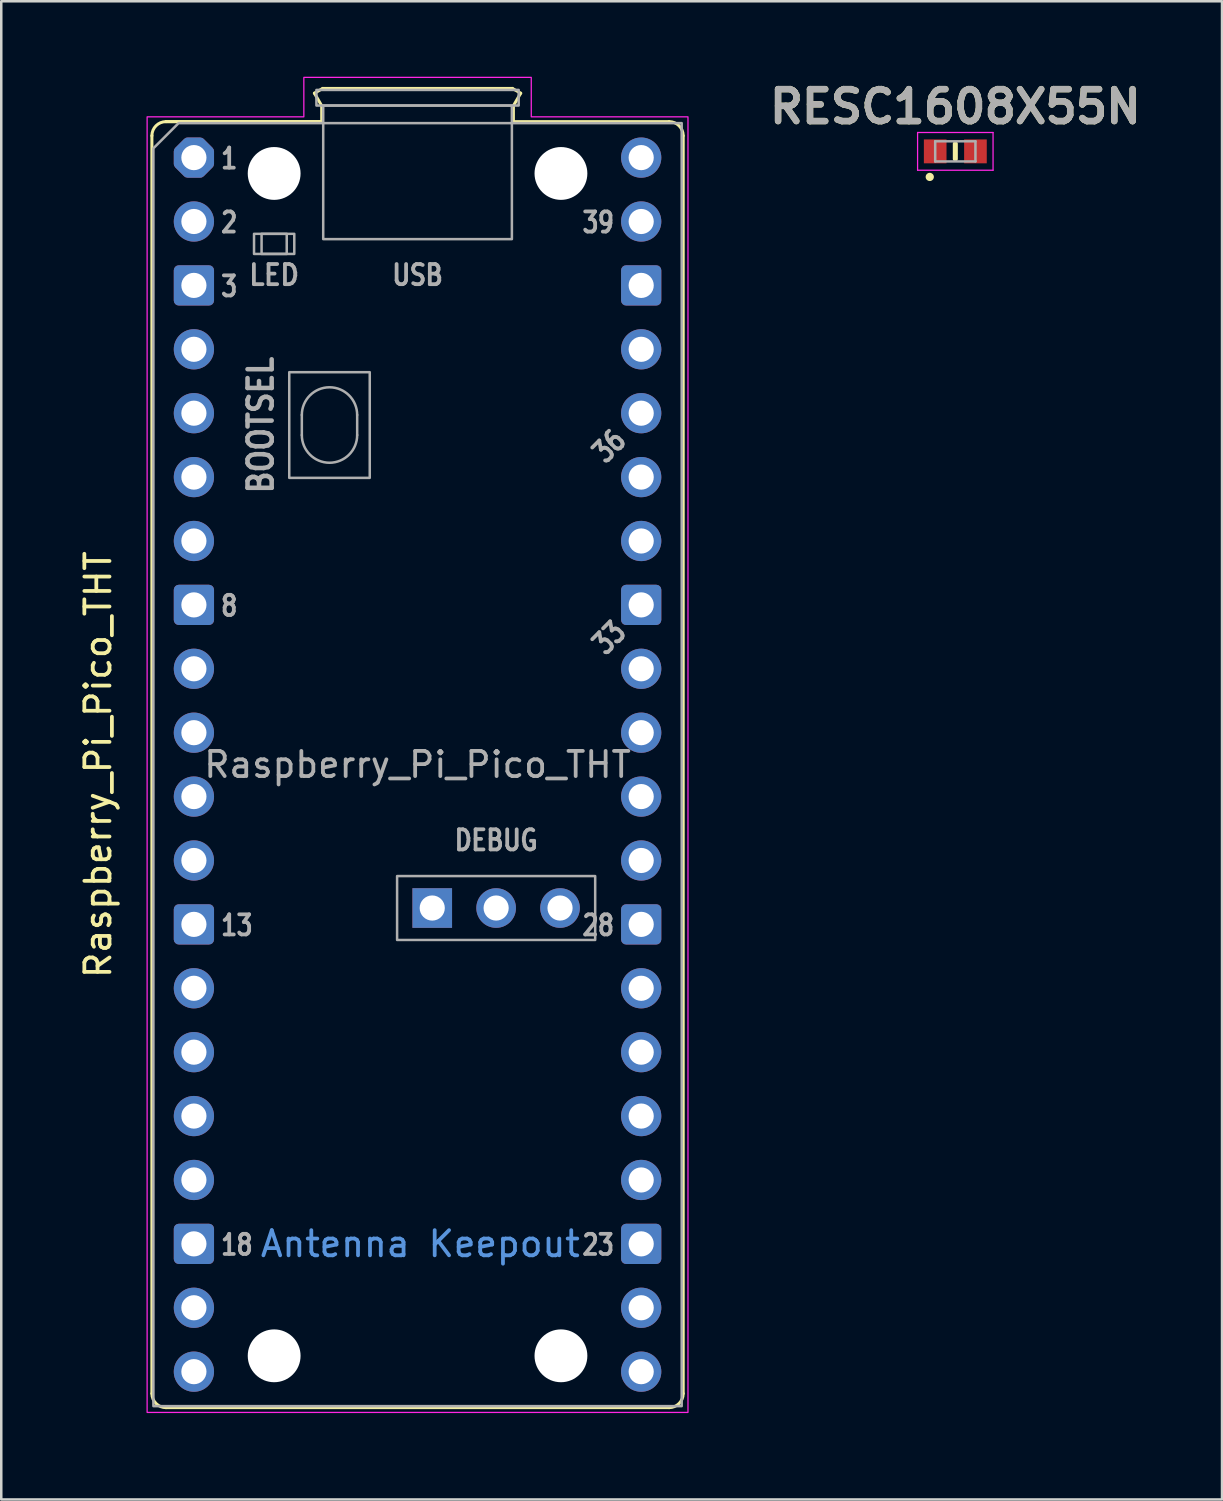
<source format=kicad_pcb>
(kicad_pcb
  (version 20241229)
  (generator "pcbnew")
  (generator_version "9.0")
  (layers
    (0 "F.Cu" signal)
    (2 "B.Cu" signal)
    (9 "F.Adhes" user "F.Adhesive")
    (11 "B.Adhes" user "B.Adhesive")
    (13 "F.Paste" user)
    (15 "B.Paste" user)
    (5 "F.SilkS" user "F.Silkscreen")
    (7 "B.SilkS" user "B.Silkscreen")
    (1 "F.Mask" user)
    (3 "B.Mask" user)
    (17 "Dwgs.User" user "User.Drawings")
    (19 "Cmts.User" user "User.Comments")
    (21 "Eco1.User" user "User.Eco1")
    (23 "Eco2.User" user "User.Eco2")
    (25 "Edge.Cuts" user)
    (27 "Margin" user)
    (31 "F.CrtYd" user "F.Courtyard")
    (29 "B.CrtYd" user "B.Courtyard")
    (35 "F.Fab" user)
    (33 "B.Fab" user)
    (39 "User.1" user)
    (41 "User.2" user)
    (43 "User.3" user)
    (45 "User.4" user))
  (footprint "Raspberry_Pi_Pico_THT"
    (layer "F.Cu")
    (at 4.658 3.215)
    (property "Reference" "Raspberry_Pi_Pico_THT" (at -3.81 24.13 270) (layer "F.SilkS") (effects (font (size 1 1) (thickness 0.15))))
    (attr through_hole)
    (fp_line (start -1.67 -0.87) (end -1.67 49.13) (stroke (width 0.12) (type solid)) (layer "F.SilkS"))
    (fp_line (start -1.11 -1.43) (end 5.08 -1.43) (stroke (width 0.12) (type solid)) (layer "F.SilkS"))
    (fp_line (start -1.11 49.69) (end 18.89 49.69) (stroke (width 0.12) (type solid)) (layer "F.SilkS"))
    (fp_line (start 4.79 -2.56) (end 5.12 -2.75) (stroke (width 0.12) (type solid)) (layer "F.SilkS"))
    (fp_line (start 5.08 -2.06) (end 4.79 -2.56) (stroke (width 0.12) (type solid)) (layer "F.SilkS"))
    (fp_line (start 5.08 -1.43) (end -1.11 -1.43) (stroke (width 0.12) (type solid)) (layer "F.SilkS"))
    (fp_line (start 5.08 -1.43) (end 5.08 -2.06) (stroke (width 0.12) (type solid)) (layer "F.SilkS"))
    (fp_line (start 5.12 -2.75) (end 12.66 -2.75) (stroke (width 0.12) (type solid)) (layer "F.SilkS"))
    (fp_line (start 12.66 -2.75) (end 12.99 -2.56) (stroke (width 0.12) (type solid)) (layer "F.SilkS"))
    (fp_line (start 12.7 -2.06) (end 12.7 -1.43) (stroke (width 0.12) (type solid)) (layer "F.SilkS"))
    (fp_line (start 12.99 -2.56) (end 12.7 -2.06) (stroke (width 0.12) (type solid)) (layer "F.SilkS"))
    (fp_line (start 18.89 -1.43) (end 12.7 -1.43) (stroke (width 0.12) (type solid)) (layer "F.SilkS"))
    (fp_line (start 19.45 -0.87) (end 19.45 49.13) (stroke (width 0.12) (type solid)) (layer "F.SilkS"))
    (fp_arc (start -1.67 -0.87) (mid -1.50598 -1.26598) (end -1.11 -1.43) (stroke (width 0.12) (type solid)) (layer "F.SilkS"))
    (fp_arc (start -1.11 49.69) (mid -1.50598 49.52598) (end -1.67 49.13) (stroke (width 0.12) (type solid)) (layer "F.SilkS"))
    (fp_arc (start 18.89 -1.43) (mid 19.28598 -1.26598) (end 19.45 -0.87) (stroke (width 0.12) (type solid)) (layer "F.SilkS"))
    (fp_arc (start 19.45 49.13) (mid 19.28598 49.52598) (end 18.89 49.69) (stroke (width 0.12) (type solid)) (layer "F.SilkS"))
    (fp_poly (pts (xy 13.41 -1.62) (xy 19.64 -1.62) (xy 19.64 49.88) (xy -1.86 49.88) (xy -1.86 -1.62) (xy 4.37 -1.62) (xy 4.37 -3.19) (xy 13.41 -3.19)) (stroke (width 0.05) (type solid)) (fill no) (layer "F.CrtYd"))
    (fp_line (start 4.29 10.23) (end 4.29 11.03) (stroke (width 0.1) (type solid)) (layer "F.Fab"))
    (fp_line (start 6.49 10.23) (end 6.49 11.03) (stroke (width 0.1) (type solid)) (layer "F.Fab"))
    (fp_rect (start 2.39 3.03) (end 3.99 3.83) (stroke (width 0.1) (type solid)) (fill no) (layer "F.Fab"))
    (fp_rect (start 2.69 3.03) (end 3.69 3.83) (stroke (width 0.1) (type solid)) (fill no) (layer "F.Fab"))
    (fp_rect (start 3.79 8.53) (end 6.99 12.73) (stroke (width 0.1) (type solid)) (fill no) (layer "F.Fab"))
    (fp_rect (start 4.87 -2.69) (end 12.91 -2.07) (stroke (width 0.1) (type solid)) (fill no) (layer "F.Fab"))
    (fp_rect (start 5.14 -2.07) (end 12.64 3.24) (stroke (width 0.1) (type solid)) (fill no) (layer "F.Fab"))
    (fp_rect (start 8.077 28.56) (end 15.951 31.1) (stroke (width 0.1) (type solid)) (fill no) (layer "F.Fab"))
    (fp_arc (start 4.29 10.23) (mid 5.39 9.13) (end 6.49 10.23) (stroke (width 0.1) (type solid)) (layer "F.Fab"))
    (fp_arc (start 6.49 11.03) (mid 5.39 12.13) (end 4.29 11.03) (stroke (width 0.1) (type solid)) (layer "F.Fab"))
    (fp_poly (pts (xy 19.39 49.63) (xy -1.61 49.63) (xy -1.61 -0.37) (xy -0.61 -1.37) (xy 19.39 -1.37)) (stroke (width 0.1) (type solid)) (fill no) (layer "F.Fab"))
    (fp_line (start 1.89 49.13) (end 1.89 41.73) (stroke (width 0.1) (type solid)) (layer "User.1"))
    (fp_line (start 2.39 41.23) (end 15.39 41.23) (stroke (width 0.1) (type solid)) (layer "User.1"))
    (fp_line (start 15.89 41.73) (end 15.89 49.13) (stroke (width 0.1) (type solid)) (layer "User.1"))
    (fp_arc (start 1.89 41.73) (mid 2.036447 41.376447) (end 2.39 41.23) (stroke (width 0.1) (type solid)) (layer "User.1"))
    (fp_arc (start 1.89 49.13) (mid 1.743553 49.483553) (end 1.39 49.63) (stroke (width 0.1) (type solid)) (layer "User.1"))
    (fp_arc (start 15.39 41.23) (mid 15.743553 41.376447) (end 15.89 41.73) (stroke (width 0.1) (type solid)) (layer "User.1"))
    (fp_arc (start 16.39 49.63) (mid 16.036447 49.483553) (end 15.89 49.13) (stroke (width 0.1) (type solid)) (layer "User.1"))
    (fp_text user "Antenna Keepout" (at 9 43.18 0) (unlocked yes) (layer "Cmts.User") (effects (font (size 1 1) (thickness 0.15))))
    (fp_text user "28" (at 16.78 30.518 0) (unlocked yes) (layer "F.Fab") (effects (font (size 0.8 0.64) (thickness 0.15)) (justify right)))
    (fp_text user "LED" (at 3.19 4.668 0) (unlocked yes) (layer "F.Fab") (effects (font (size 0.8 0.72) (thickness 0.15))))
    (fp_text user "USB" (at 8.89 4.668 0) (unlocked yes) (layer "F.Fab") (effects (font (size 0.8 0.66) (thickness 0.15))))
    (fp_text user "${REFERENCE}" (at 8.89 24.13 0) (unlocked yes) (layer "F.Fab") (effects (font (size 1 1) (thickness 0.15))))
    (fp_text user "1" (at 1 0.038 0) (unlocked yes) (layer "F.Fab") (effects (font (size 0.8 0.64) (thickness 0.15)) (justify left)))
    (fp_text user "13" (at 1 30.518 0) (unlocked yes) (layer "F.Fab") (effects (font (size 0.8 0.64) (thickness 0.15)) (justify left)))
    (fp_text user "39" (at 16.78 2.578 0) (unlocked yes) (layer "F.Fab") (effects (font (size 0.8 0.64) (thickness 0.15)) (justify right)))
    (fp_text user "3" (at 1 5.118 0) (unlocked yes) (layer "F.Fab") (effects (font (size 0.8 0.64) (thickness 0.15)) (justify left)))
    (fp_text user "DEBUG" (at 12.014 27.138 0) (unlocked yes) (layer "F.Fab") (effects (font (size 0.8 0.66) (thickness 0.15))))
    (fp_text user "2" (at 1 2.578 0) (unlocked yes) (layer "F.Fab") (effects (font (size 0.8 0.64) (thickness 0.15)) (justify left)))
    (fp_text user "18" (at 1 43.218 0) (unlocked yes) (layer "F.Fab") (effects (font (size 0.8 0.64) (thickness 0.15)) (justify left)))
    (fp_text user "36" (at 16.51 11.468 45) (unlocked yes) (layer "F.Fab") (effects (font (size 0.8 0.64) (thickness 0.15))))
    (fp_text user "23" (at 16.78 43.218 0) (unlocked yes) (layer "F.Fab") (effects (font (size 0.8 0.64) (thickness 0.15)) (justify right)))
    (fp_text user "BOOTSEL" (at 2.656 10.63 90) (unlocked yes) (layer "F.Fab") (effects (font (size 0.96 0.825) (thickness 0.18))))
    (fp_text user "33" (at 16.51 19.088 45) (unlocked yes) (layer "F.Fab") (effects (font (size 0.8 0.64) (thickness 0.15))))
    (fp_text user "8" (at 1 17.818 0) (unlocked yes) (layer "F.Fab") (effects (font (size 0.8 0.64) (thickness 0.15)) (justify left)))
    (pad "" np_thru_hole circle (at 3.19 0.63) (size 2.1 2.1) (drill 2.1) (layers "*.Cu" "*.Mask"))
    (pad "" np_thru_hole circle (at 3.19 47.63) (size 2.1 2.1) (drill 2.1) (layers "*.Cu" "*.Mask"))
    (pad "" np_thru_hole circle (at 14.59 0.63) (size 2.1 2.1) (drill 2.1) (layers "*.Cu" "*.Mask"))
    (pad "" np_thru_hole circle (at 14.59 47.63) (size 2.1 2.1) (drill 2.1) (layers "*.Cu" "*.Mask"))
    (pad "1" thru_hole custom (at 0 0) (size 1.6 1.6) (drill 1) (layers "*.Cu" "*.Mask") (options (anchor circle)) (primitives (gr_poly (pts (xy 0.6 0.249) (xy 0.249 0.6) (xy -0.249 0.6) (xy -0.6 0.249) (xy -0.6 -0.249) (xy -0.249 -0.6) (xy 0.249 -0.6) (xy 0.6 -0.249)) (width 0.4) (fill yes))))
    (pad "2" thru_hole circle (at 0 2.54) (size 1.6 1.6) (drill 1) (layers "*.Cu" "*.Mask"))
    (pad "3" thru_hole roundrect (at 0 5.08) (size 1.6 1.6) (drill 1) (layers "*.Cu" "*.Mask") (roundrect_rratio 0.125))
    (pad "4" thru_hole circle (at 0 7.62) (size 1.6 1.6) (drill 1) (layers "*.Cu" "*.Mask"))
    (pad "5" thru_hole circle (at 0 10.16) (size 1.6 1.6) (drill 1) (layers "*.Cu" "*.Mask"))
    (pad "6" thru_hole circle (at 0 12.7) (size 1.6 1.6) (drill 1) (layers "*.Cu" "*.Mask"))
    (pad "7" thru_hole circle (at 0 15.24) (size 1.6 1.6) (drill 1) (layers "*.Cu" "*.Mask"))
    (pad "8" thru_hole roundrect (at 0 17.78) (size 1.6 1.6) (drill 1) (layers "*.Cu" "*.Mask") (roundrect_rratio 0.125))
    (pad "9" thru_hole circle (at 0 20.32) (size 1.6 1.6) (drill 1) (layers "*.Cu" "*.Mask"))
    (pad "10" thru_hole circle (at 0 22.86) (size 1.6 1.6) (drill 1) (layers "*.Cu" "*.Mask"))
    (pad "11" thru_hole circle (at 0 25.4) (size 1.6 1.6) (drill 1) (layers "*.Cu" "*.Mask"))
    (pad "12" thru_hole circle (at 0 27.94) (size 1.6 1.6) (drill 1) (layers "*.Cu" "*.Mask"))
    (pad "13" thru_hole roundrect (at 0 30.48) (size 1.6 1.6) (drill 1) (layers "*.Cu" "*.Mask") (roundrect_rratio 0.125))
    (pad "14" thru_hole circle (at 0 33.02) (size 1.6 1.6) (drill 1) (layers "*.Cu" "*.Mask"))
    (pad "15" thru_hole circle (at 0 35.56) (size 1.6 1.6) (drill 1) (layers "*.Cu" "*.Mask"))
    (pad "16" thru_hole circle (at 0 38.1) (size 1.6 1.6) (drill 1) (layers "*.Cu" "*.Mask"))
    (pad "17" thru_hole circle (at 0 40.64) (size 1.6 1.6) (drill 1) (layers "*.Cu" "*.Mask"))
    (pad "18" thru_hole roundrect (at 0 43.18) (size 1.6 1.6) (drill 1) (layers "*.Cu" "*.Mask") (roundrect_rratio 0.125))
    (pad "19" thru_hole circle (at 0 45.72) (size 1.6 1.6) (drill 1) (layers "*.Cu" "*.Mask"))
    (pad "20" thru_hole circle (at 0 48.26) (size 1.6 1.6) (drill 1) (layers "*.Cu" "*.Mask"))
    (pad "21" thru_hole circle (at 17.78 48.26) (size 1.6 1.6) (drill 1) (layers "*.Cu" "*.Mask"))
    (pad "22" thru_hole circle (at 17.78 45.72) (size 1.6 1.6) (drill 1) (layers "*.Cu" "*.Mask"))
    (pad "23" thru_hole roundrect (at 17.78 43.18) (size 1.6 1.6) (drill 1) (layers "*.Cu" "*.Mask") (roundrect_rratio 0.125))
    (pad "24" thru_hole circle (at 17.78 40.64) (size 1.6 1.6) (drill 1) (layers "*.Cu" "*.Mask"))
    (pad "25" thru_hole circle (at 17.78 38.1) (size 1.6 1.6) (drill 1) (layers "*.Cu" "*.Mask"))
    (pad "26" thru_hole circle (at 17.78 35.56) (size 1.6 1.6) (drill 1) (layers "*.Cu" "*.Mask"))
    (pad "27" thru_hole circle (at 17.78 33.02) (size 1.6 1.6) (drill 1) (layers "*.Cu" "*.Mask"))
    (pad "28" thru_hole roundrect (at 17.78 30.48) (size 1.6 1.6) (drill 1) (layers "*.Cu" "*.Mask") (roundrect_rratio 0.125))
    (pad "29" thru_hole circle (at 17.78 27.94) (size 1.6 1.6) (drill 1) (layers "*.Cu" "*.Mask"))
    (pad "30" thru_hole circle (at 17.78 25.4) (size 1.6 1.6) (drill 1) (layers "*.Cu" "*.Mask"))
    (pad "31" thru_hole circle (at 17.78 22.86) (size 1.6 1.6) (drill 1) (layers "*.Cu" "*.Mask"))
    (pad "32" thru_hole circle (at 17.78 20.32) (size 1.6 1.6) (drill 1) (layers "*.Cu" "*.Mask"))
    (pad "33" thru_hole roundrect (at 17.78 17.78) (size 1.6 1.6) (drill 1) (layers "*.Cu" "*.Mask") (roundrect_rratio 0.125))
    (pad "34" thru_hole circle (at 17.78 15.24) (size 1.6 1.6) (drill 1) (layers "*.Cu" "*.Mask"))
    (pad "35" thru_hole circle (at 17.78 12.7) (size 1.6 1.6) (drill 1) (layers "*.Cu" "*.Mask"))
    (pad "36" thru_hole circle (at 17.78 10.16) (size 1.6 1.6) (drill 1) (layers "*.Cu" "*.Mask"))
    (pad "37" thru_hole circle (at 17.78 7.62) (size 1.6 1.6) (drill 1) (layers "*.Cu" "*.Mask"))
    (pad "38" thru_hole roundrect (at 17.78 5.08) (size 1.6 1.6) (drill 1) (layers "*.Cu" "*.Mask") (roundrect_rratio 0.125))
    (pad "39" thru_hole circle (at 17.78 2.54) (size 1.6 1.6) (drill 1) (layers "*.Cu" "*.Mask"))
    (pad "40" thru_hole circle (at 17.78 0) (size 1.6 1.6) (drill 1) (layers "*.Cu" "*.Mask"))
    (pad "41" thru_hole rect (at 9.474 29.83) (size 1.575 1.575) (drill 1) (layers "*.Cu" "*.Mask"))
    (pad "42" thru_hole circle (at 12.014 29.83) (size 1.575 1.575) (drill 1) (layers "*.Cu" "*.Mask"))
    (pad "43" thru_hole circle (at 14.554 29.83) (size 1.575 1.575) (drill 1) (layers "*.Cu" "*.Mask"))
    (zone (net_name "") (layers "F.Cu" "F.Mask" "B.Cu" "B.Mask" "F.SilkS" "B.SilkS" "F.Adhes" "B.Adhes" "F.Paste" "B.Paste") (name "Antenna Keepout") (hatch full 0.508) (connect_pads) (min_thickness 0.254) (filled_areas_thickness no) (keepout (tracks not_allowed) (vias not_allowed) (pads allowed) (copperpour not_allowed) (footprints not_allowed)) (placement (enabled no)) (fill) (polygon (pts (xy 20.523 53.556) (xy 6.523 53.556) (xy 6.548 44.445) (xy 20.548 44.445)))))
  (footprint "RESC1608X55N"
    (layer "F.Cu")
    (at 34.925 2.967)
    (property "Reference" "RESC1608X55N" (at 0 -1.778 0) (layer "F.SilkS") (effects (font (size 1.27 1.27) (thickness 0.254))))
    (attr smd)
    (fp_line (start 0 -0.3) (end 0 0.3) (stroke (width 0.2) (type solid)) (layer "F.SilkS"))
    (fp_circle (center -1.016 1.016) (end -0.916 1.016) (stroke (width 0.127) (type solid)) (fill yes) (layer "F.SilkS"))
    (fp_line (start -1.5 -0.75) (end 1.5 -0.75) (stroke (width 0.05) (type solid)) (layer "F.CrtYd"))
    (fp_line (start -1.5 0.75) (end -1.5 -0.75) (stroke (width 0.05) (type solid)) (layer "F.CrtYd"))
    (fp_line (start 1.5 -0.75) (end 1.5 0.75) (stroke (width 0.05) (type solid)) (layer "F.CrtYd"))
    (fp_line (start 1.5 0.75) (end -1.5 0.75) (stroke (width 0.05) (type solid)) (layer "F.CrtYd"))
    (fp_line (start -0.8 -0.4) (end 0.8 -0.4) (stroke (width 0.1) (type solid)) (layer "F.Fab"))
    (fp_line (start -0.8 0.4) (end -0.8 -0.4) (stroke (width 0.1) (type solid)) (layer "F.Fab"))
    (fp_line (start 0.8 -0.4) (end 0.8 0.4) (stroke (width 0.1) (type solid)) (layer "F.Fab"))
    (fp_line (start 0.8 0.4) (end -0.8 0.4) (stroke (width 0.1) (type solid)) (layer "F.Fab"))
    (fp_text user "${REFERENCE}" (at 0 -1.778 0) (layer "F.Fab") (effects (font (size 1.27 1.27) (thickness 0.254))))
    (pad "1" smd rect (at -0.8 0) (size 0.9 0.95) (layers "F.Cu" "F.Mask" "F.Paste"))
    (pad "2" smd rect (at 0.8 0) (size 0.9 0.95) (layers "F.Cu" "F.Mask" "F.Paste")))
  (gr_rect
    (start -3 -3)
    (end 45.527 56.556)
    (stroke (width 0.1) (type default))
    (fill no)
    (layer "Edge.Cuts")))
</source>
